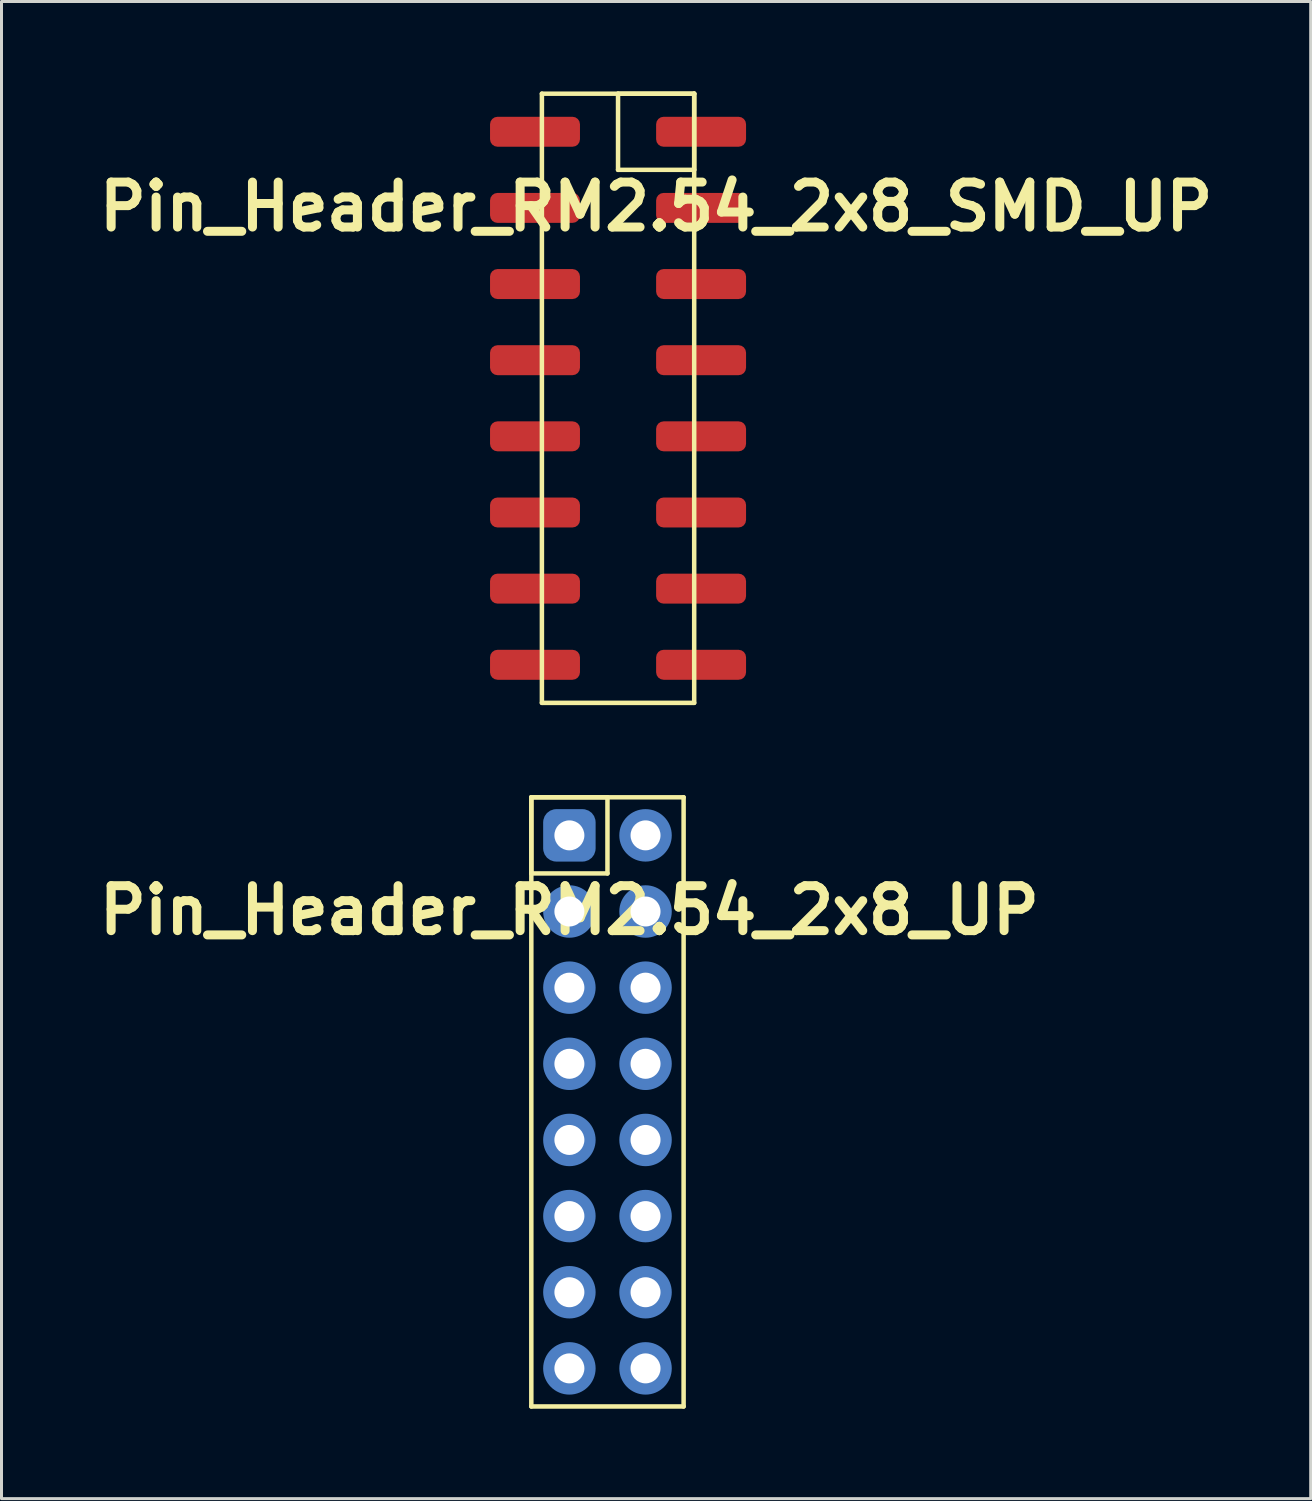
<source format=kicad_pcb>
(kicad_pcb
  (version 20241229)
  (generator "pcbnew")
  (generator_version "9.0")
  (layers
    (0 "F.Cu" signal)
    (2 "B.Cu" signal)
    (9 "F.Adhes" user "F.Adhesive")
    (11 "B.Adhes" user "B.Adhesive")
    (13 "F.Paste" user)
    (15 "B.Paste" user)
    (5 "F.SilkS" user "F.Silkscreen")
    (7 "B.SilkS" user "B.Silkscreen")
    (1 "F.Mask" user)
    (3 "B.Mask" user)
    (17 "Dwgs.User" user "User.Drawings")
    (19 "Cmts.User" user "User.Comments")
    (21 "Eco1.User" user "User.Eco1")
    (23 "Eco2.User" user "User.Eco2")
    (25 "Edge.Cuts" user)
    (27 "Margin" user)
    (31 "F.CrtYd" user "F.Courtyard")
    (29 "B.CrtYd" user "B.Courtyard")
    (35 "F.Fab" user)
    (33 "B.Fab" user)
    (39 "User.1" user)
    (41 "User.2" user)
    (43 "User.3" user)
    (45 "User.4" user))
  (footprint "Pin_Header_RM2.54_2x8_UP"
    (layer "F.Cu")
    (at 15.943 24.815)
    (property "Reference" "Pin_Header_RM2.54_2x8_UP" (at 0 2.5 0) (layer "F.SilkS") (effects (font (size 1.5 1.5) (thickness 0.3))))
    (attr through_hole)
    (fp_line (start -1.27 -1.27) (end 1.27 -1.27) (stroke (width 0.15) (type solid)) (layer "F.SilkS"))
    (fp_line (start -1.27 -1.27) (end 3.81 -1.27) (stroke (width 0.15) (type solid)) (layer "F.SilkS"))
    (fp_line (start -1.27 1.27) (end -1.27 -1.27) (stroke (width 0.15) (type solid)) (layer "F.SilkS"))
    (fp_line (start -1.27 19.05) (end -1.27 -1.27) (stroke (width 0.15) (type solid)) (layer "F.SilkS"))
    (fp_line (start 1.27 -1.27) (end 1.27 1.27) (stroke (width 0.15) (type solid)) (layer "F.SilkS"))
    (fp_line (start 1.27 1.27) (end -1.27 1.27) (stroke (width 0.15) (type solid)) (layer "F.SilkS"))
    (fp_line (start 3.81 -1.27) (end 3.81 19.05) (stroke (width 0.15) (type solid)) (layer "F.SilkS"))
    (fp_line (start 3.81 19.05) (end -1.27 19.05) (stroke (width 0.15) (type solid)) (layer "F.SilkS"))
    (pad "1" thru_hole circle (at 0 0) (size 1.3 1.3) (drill 1) (layers "*.Cu" "*.Mask"))
    (pad "1" smd roundrect (at 0 0) (size 1.75 1.75) (layers "B.Cu" "B.Mask") (roundrect_rratio 0.25))
    (pad "2" thru_hole circle (at 2.54 0) (size 1.3 1.3) (drill 1) (layers "*.Cu" "*.Mask"))
    (pad "2" smd circle (at 2.54 0) (size 1.75 1.75) (layers "B.Cu" "B.Mask"))
    (pad "3" thru_hole circle (at 0 2.54) (size 1.3 1.3) (drill 1) (layers "*.Cu" "*.Mask"))
    (pad "3" smd circle (at 0 2.54) (size 1.75 1.75) (layers "B.Cu" "B.Mask"))
    (pad "4" thru_hole circle (at 2.54 2.54) (size 1.3 1.3) (drill 1) (layers "*.Cu" "*.Mask"))
    (pad "4" smd circle (at 2.54 2.54) (size 1.75 1.75) (layers "B.Cu" "B.Mask"))
    (pad "5" thru_hole circle (at 0 5.08) (size 1.3 1.3) (drill 1) (layers "*.Cu" "*.Mask"))
    (pad "5" smd circle (at 0 5.08) (size 1.75 1.75) (layers "B.Cu" "B.Mask"))
    (pad "6" thru_hole circle (at 2.54 5.08) (size 1.3 1.3) (drill 1) (layers "*.Cu" "*.Mask"))
    (pad "6" smd circle (at 2.54 5.08) (size 1.75 1.75) (layers "B.Cu" "B.Mask"))
    (pad "7" thru_hole circle (at 0 7.62) (size 1.3 1.3) (drill 1) (layers "*.Cu" "*.Mask"))
    (pad "7" smd circle (at 0 7.62) (size 1.75 1.75) (layers "B.Cu" "B.Mask"))
    (pad "8" thru_hole circle (at 2.54 7.62) (size 1.3 1.3) (drill 1) (layers "*.Cu" "*.Mask"))
    (pad "8" smd circle (at 2.54 7.62) (size 1.75 1.75) (layers "B.Cu" "B.Mask"))
    (pad "9" thru_hole circle (at 0 10.16) (size 1.3 1.3) (drill 1) (layers "*.Cu" "*.Mask"))
    (pad "9" smd circle (at 0 10.16) (size 1.75 1.75) (layers "B.Cu" "B.Mask"))
    (pad "10" thru_hole circle (at 2.54 10.16) (size 1.3 1.3) (drill 1) (layers "*.Cu" "*.Mask"))
    (pad "10" smd circle (at 2.54 10.16) (size 1.75 1.75) (layers "B.Cu" "B.Mask"))
    (pad "11" thru_hole circle (at 0 12.7) (size 1.3 1.3) (drill 1) (layers "*.Cu" "*.Mask"))
    (pad "11" smd circle (at 0 12.7) (size 1.75 1.75) (layers "B.Cu" "B.Mask"))
    (pad "12" thru_hole circle (at 2.54 12.7) (size 1.3 1.3) (drill 1) (layers "*.Cu" "*.Mask"))
    (pad "12" smd circle (at 2.54 12.7) (size 1.75 1.75) (layers "B.Cu" "B.Mask"))
    (pad "13" thru_hole circle (at 0 15.24) (size 1.3 1.3) (drill 1) (layers "*.Cu" "*.Mask"))
    (pad "13" smd circle (at 0 15.24) (size 1.75 1.75) (layers "B.Cu" "B.Mask"))
    (pad "14" thru_hole circle (at 2.54 15.24) (size 1.3 1.3) (drill 1) (layers "*.Cu" "*.Mask"))
    (pad "14" smd circle (at 2.54 15.24) (size 1.75 1.75) (layers "B.Cu" "B.Mask"))
    (pad "15" thru_hole circle (at 0 17.78) (size 1.3 1.3) (drill 1) (layers "*.Cu" "*.Mask"))
    (pad "15" smd circle (at 0 17.78) (size 1.75 1.75) (layers "B.Cu" "B.Mask"))
    (pad "16" thru_hole circle (at 2.54 17.78) (size 1.3 1.3) (drill 1) (layers "*.Cu" "*.Mask"))
    (pad "16" smd circle (at 2.54 17.78) (size 1.75 1.75) (layers "B.Cu" "B.Mask")))
  (footprint "Pin_Header_RM2.54_2x8_SMD_UP"
    (layer "F.Cu")
    (at 18.836 1.345)
    (property "Reference" "Pin_Header_RM2.54_2x8_SMD_UP" (at 0 2.5 0) (layer "F.SilkS") (effects (font (size 1.5 1.5) (thickness 0.3))))
    (attr through_hole)
    (fp_line (start -3.81 -1.27) (end 1.27 -1.27) (stroke (width 0.15) (type solid)) (layer "F.SilkS"))
    (fp_line (start -3.81 19.05) (end -3.81 -1.27) (stroke (width 0.15) (type solid)) (layer "F.SilkS"))
    (fp_line (start -1.27 -1.27) (end 1.27 -1.27) (stroke (width 0.15) (type solid)) (layer "F.SilkS"))
    (fp_line (start -1.27 1.27) (end -1.27 -1.27) (stroke (width 0.15) (type solid)) (layer "F.SilkS"))
    (fp_line (start 1.27 -1.27) (end 1.27 1.27) (stroke (width 0.15) (type solid)) (layer "F.SilkS"))
    (fp_line (start 1.27 -1.27) (end 1.27 19.05) (stroke (width 0.15) (type solid)) (layer "F.SilkS"))
    (fp_line (start 1.27 1.27) (end -1.27 1.27) (stroke (width 0.15) (type solid)) (layer "F.SilkS"))
    (fp_line (start 1.27 19.05) (end -3.81 19.05) (stroke (width 0.15) (type solid)) (layer "F.SilkS"))
    (pad "1" smd roundrect (at 1.5 0) (size 3 1) (layers "F.Cu" "F.Mask" "F.Paste") (roundrect_rratio 0.25))
    (pad "2" smd roundrect (at -4.04 0) (size 3 1) (layers "F.Cu" "F.Mask" "F.Paste") (roundrect_rratio 0.25))
    (pad "3" smd roundrect (at 1.5 2.54) (size 3 1) (layers "F.Cu" "F.Mask" "F.Paste") (roundrect_rratio 0.25))
    (pad "4" smd roundrect (at -4.04 2.54) (size 3 1) (layers "F.Cu" "F.Mask" "F.Paste") (roundrect_rratio 0.25))
    (pad "5" smd roundrect (at 1.5 5.08) (size 3 1) (layers "F.Cu" "F.Mask" "F.Paste") (roundrect_rratio 0.25))
    (pad "6" smd roundrect (at -4.04 5.08) (size 3 1) (layers "F.Cu" "F.Mask" "F.Paste") (roundrect_rratio 0.25))
    (pad "7" smd roundrect (at 1.5 7.62) (size 3 1) (layers "F.Cu" "F.Mask" "F.Paste") (roundrect_rratio 0.25))
    (pad "8" smd roundrect (at -4.04 7.62) (size 3 1) (layers "F.Cu" "F.Mask" "F.Paste") (roundrect_rratio 0.25))
    (pad "9" smd roundrect (at 1.5 10.16) (size 3 1) (layers "F.Cu" "F.Mask" "F.Paste") (roundrect_rratio 0.25))
    (pad "10" smd roundrect (at -4.04 10.16) (size 3 1) (layers "F.Cu" "F.Mask" "F.Paste") (roundrect_rratio 0.25))
    (pad "11" smd roundrect (at 1.5 12.7) (size 3 1) (layers "F.Cu" "F.Mask" "F.Paste") (roundrect_rratio 0.25))
    (pad "12" smd roundrect (at -4.04 12.7) (size 3 1) (layers "F.Cu" "F.Mask" "F.Paste") (roundrect_rratio 0.25))
    (pad "13" smd roundrect (at 1.5 15.24) (size 3 1) (layers "F.Cu" "F.Mask" "F.Paste") (roundrect_rratio 0.25))
    (pad "14" smd roundrect (at -4.04 15.24) (size 3 1) (layers "F.Cu" "F.Mask" "F.Paste") (roundrect_rratio 0.25))
    (pad "15" smd roundrect (at 1.5 17.78) (size 3 1) (layers "F.Cu" "F.Mask" "F.Paste") (roundrect_rratio 0.25))
    (pad "16" smd roundrect (at -4.04 17.78) (size 3 1) (layers "F.Cu" "F.Mask" "F.Paste") (roundrect_rratio 0.25)))
  (gr_rect
    (start -3 -3)
    (end 40.671 46.94)
    (stroke (width 0.1) (type default))
    (fill no)
    (layer "Edge.Cuts")))
</source>
